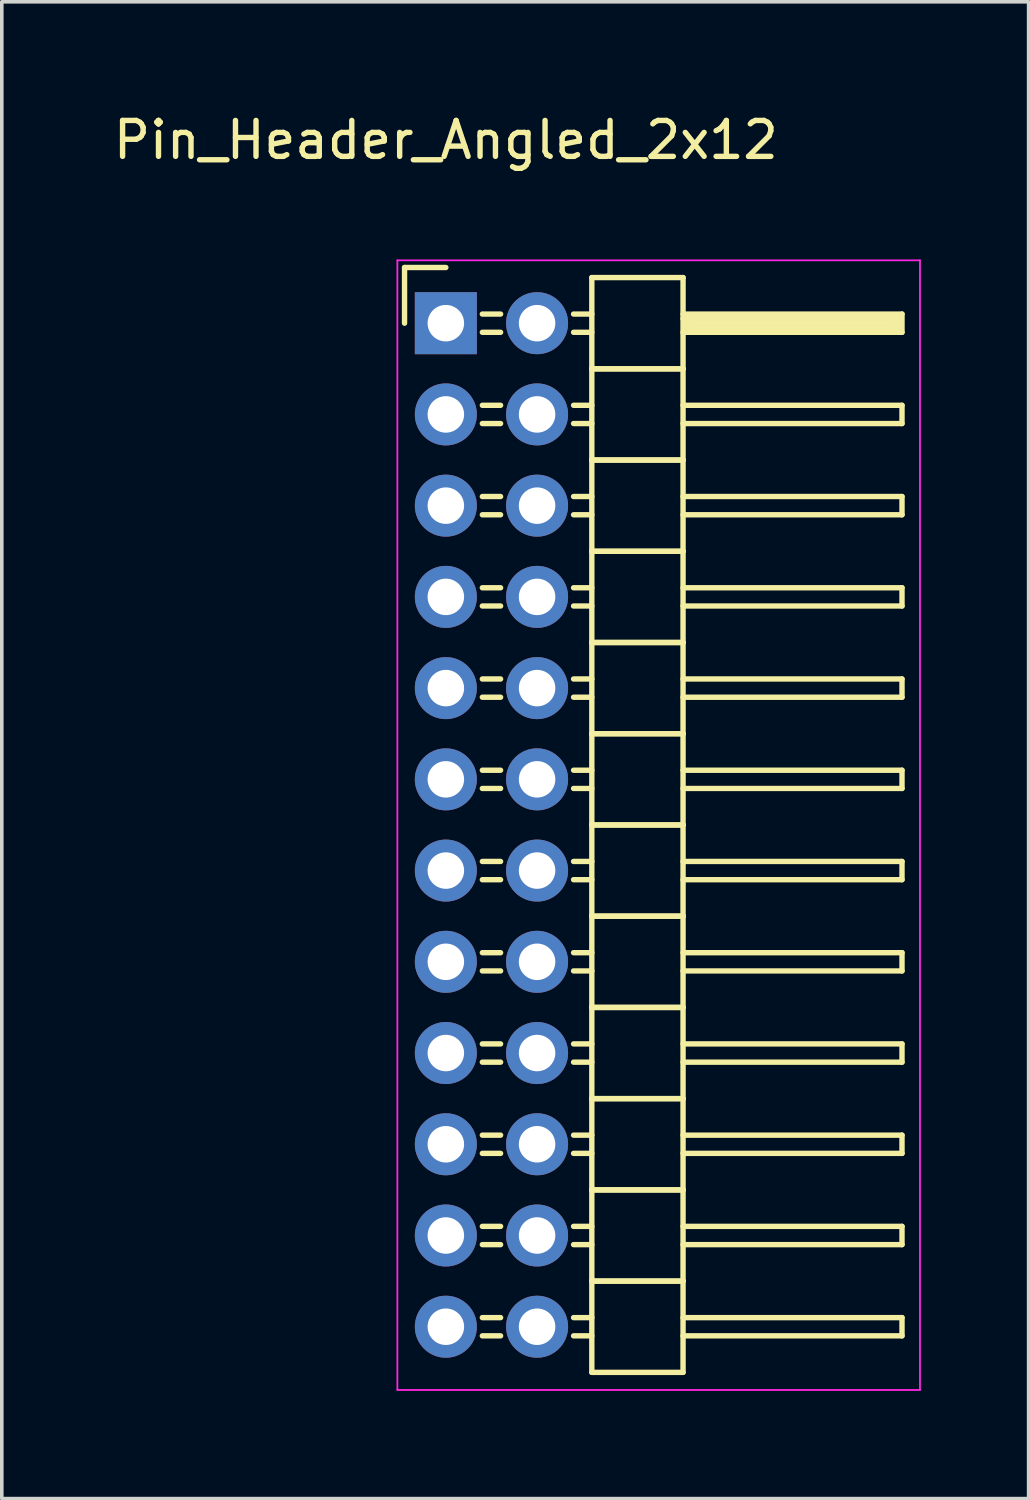
<source format=kicad_pcb>
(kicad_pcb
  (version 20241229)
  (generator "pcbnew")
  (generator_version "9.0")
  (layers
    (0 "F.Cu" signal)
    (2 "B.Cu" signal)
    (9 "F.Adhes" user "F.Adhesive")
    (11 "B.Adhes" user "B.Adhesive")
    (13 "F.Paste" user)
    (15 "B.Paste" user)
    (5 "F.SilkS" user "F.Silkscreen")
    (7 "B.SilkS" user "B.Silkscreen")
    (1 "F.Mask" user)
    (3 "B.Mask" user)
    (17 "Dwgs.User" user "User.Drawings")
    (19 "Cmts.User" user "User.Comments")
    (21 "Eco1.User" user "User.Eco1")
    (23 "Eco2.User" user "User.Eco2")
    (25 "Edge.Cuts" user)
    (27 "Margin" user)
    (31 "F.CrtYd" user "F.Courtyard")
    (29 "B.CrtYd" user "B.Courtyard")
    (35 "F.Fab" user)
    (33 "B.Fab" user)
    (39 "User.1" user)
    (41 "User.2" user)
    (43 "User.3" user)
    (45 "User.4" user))
  (footprint "Pin_Header_Angled_2x12"
    (layer "F.Cu")
    (at 9.363 5.948)
    (property "Reference" "Pin_Header_Angled_2x12" (at 0 -5.1 0) (layer "F.SilkS") (effects (font (size 1 1) (thickness 0.15))))
    (attr through_hole)
    (fp_line (start -1.15 -1.55) (end -1.15 0) (stroke (width 0.15) (type solid)) (layer "F.SilkS"))
    (fp_line (start 0 -1.55) (end -1.15 -1.55) (stroke (width 0.15) (type solid)) (layer "F.SilkS"))
    (fp_line (start 1.524 -0.254) (end 1.016 -0.254) (stroke (width 0.15) (type solid)) (layer "F.SilkS"))
    (fp_line (start 1.524 0.254) (end 1.016 0.254) (stroke (width 0.15) (type solid)) (layer "F.SilkS"))
    (fp_line (start 1.524 2.286) (end 1.016 2.286) (stroke (width 0.15) (type solid)) (layer "F.SilkS"))
    (fp_line (start 1.524 2.794) (end 1.016 2.794) (stroke (width 0.15) (type solid)) (layer "F.SilkS"))
    (fp_line (start 1.524 4.826) (end 1.016 4.826) (stroke (width 0.15) (type solid)) (layer "F.SilkS"))
    (fp_line (start 1.524 5.334) (end 1.016 5.334) (stroke (width 0.15) (type solid)) (layer "F.SilkS"))
    (fp_line (start 1.524 7.366) (end 1.016 7.366) (stroke (width 0.15) (type solid)) (layer "F.SilkS"))
    (fp_line (start 1.524 7.874) (end 1.016 7.874) (stroke (width 0.15) (type solid)) (layer "F.SilkS"))
    (fp_line (start 1.524 9.906) (end 1.016 9.906) (stroke (width 0.15) (type solid)) (layer "F.SilkS"))
    (fp_line (start 1.524 10.414) (end 1.016 10.414) (stroke (width 0.15) (type solid)) (layer "F.SilkS"))
    (fp_line (start 1.524 12.446) (end 1.016 12.446) (stroke (width 0.15) (type solid)) (layer "F.SilkS"))
    (fp_line (start 1.524 12.954) (end 1.016 12.954) (stroke (width 0.15) (type solid)) (layer "F.SilkS"))
    (fp_line (start 1.524 14.986) (end 1.016 14.986) (stroke (width 0.15) (type solid)) (layer "F.SilkS"))
    (fp_line (start 1.524 15.494) (end 1.016 15.494) (stroke (width 0.15) (type solid)) (layer "F.SilkS"))
    (fp_line (start 1.524 17.526) (end 1.016 17.526) (stroke (width 0.15) (type solid)) (layer "F.SilkS"))
    (fp_line (start 1.524 18.034) (end 1.016 18.034) (stroke (width 0.15) (type solid)) (layer "F.SilkS"))
    (fp_line (start 1.524 20.066) (end 1.016 20.066) (stroke (width 0.15) (type solid)) (layer "F.SilkS"))
    (fp_line (start 1.524 20.574) (end 1.016 20.574) (stroke (width 0.15) (type solid)) (layer "F.SilkS"))
    (fp_line (start 1.524 22.606) (end 1.016 22.606) (stroke (width 0.15) (type solid)) (layer "F.SilkS"))
    (fp_line (start 1.524 23.114) (end 1.016 23.114) (stroke (width 0.15) (type solid)) (layer "F.SilkS"))
    (fp_line (start 1.524 25.146) (end 1.016 25.146) (stroke (width 0.15) (type solid)) (layer "F.SilkS"))
    (fp_line (start 1.524 25.654) (end 1.016 25.654) (stroke (width 0.15) (type solid)) (layer "F.SilkS"))
    (fp_line (start 1.524 27.686) (end 1.016 27.686) (stroke (width 0.15) (type solid)) (layer "F.SilkS"))
    (fp_line (start 1.524 28.194) (end 1.016 28.194) (stroke (width 0.15) (type solid)) (layer "F.SilkS"))
    (fp_line (start 4.064 -1.27) (end 4.064 1.27) (stroke (width 0.15) (type solid)) (layer "F.SilkS"))
    (fp_line (start 4.064 -1.27) (end 6.604 -1.27) (stroke (width 0.15) (type solid)) (layer "F.SilkS"))
    (fp_line (start 4.064 -0.254) (end 3.556 -0.254) (stroke (width 0.15) (type solid)) (layer "F.SilkS"))
    (fp_line (start 4.064 0.254) (end 3.556 0.254) (stroke (width 0.15) (type solid)) (layer "F.SilkS"))
    (fp_line (start 4.064 1.27) (end 4.064 3.81) (stroke (width 0.15) (type solid)) (layer "F.SilkS"))
    (fp_line (start 4.064 1.27) (end 6.604 1.27) (stroke (width 0.15) (type solid)) (layer "F.SilkS"))
    (fp_line (start 4.064 1.27) (end 6.604 1.27) (stroke (width 0.15) (type solid)) (layer "F.SilkS"))
    (fp_line (start 4.064 2.286) (end 3.556 2.286) (stroke (width 0.15) (type solid)) (layer "F.SilkS"))
    (fp_line (start 4.064 2.794) (end 3.556 2.794) (stroke (width 0.15) (type solid)) (layer "F.SilkS"))
    (fp_line (start 4.064 3.81) (end 4.064 6.35) (stroke (width 0.15) (type solid)) (layer "F.SilkS"))
    (fp_line (start 4.064 3.81) (end 6.604 3.81) (stroke (width 0.15) (type solid)) (layer "F.SilkS"))
    (fp_line (start 4.064 3.81) (end 6.604 3.81) (stroke (width 0.15) (type solid)) (layer "F.SilkS"))
    (fp_line (start 4.064 4.826) (end 3.556 4.826) (stroke (width 0.15) (type solid)) (layer "F.SilkS"))
    (fp_line (start 4.064 5.334) (end 3.556 5.334) (stroke (width 0.15) (type solid)) (layer "F.SilkS"))
    (fp_line (start 4.064 6.35) (end 4.064 8.89) (stroke (width 0.15) (type solid)) (layer "F.SilkS"))
    (fp_line (start 4.064 6.35) (end 6.604 6.35) (stroke (width 0.15) (type solid)) (layer "F.SilkS"))
    (fp_line (start 4.064 6.35) (end 6.604 6.35) (stroke (width 0.15) (type solid)) (layer "F.SilkS"))
    (fp_line (start 4.064 7.366) (end 3.556 7.366) (stroke (width 0.15) (type solid)) (layer "F.SilkS"))
    (fp_line (start 4.064 7.874) (end 3.556 7.874) (stroke (width 0.15) (type solid)) (layer "F.SilkS"))
    (fp_line (start 4.064 8.89) (end 4.064 11.43) (stroke (width 0.15) (type solid)) (layer "F.SilkS"))
    (fp_line (start 4.064 8.89) (end 6.604 8.89) (stroke (width 0.15) (type solid)) (layer "F.SilkS"))
    (fp_line (start 4.064 8.89) (end 6.604 8.89) (stroke (width 0.15) (type solid)) (layer "F.SilkS"))
    (fp_line (start 4.064 9.906) (end 3.556 9.906) (stroke (width 0.15) (type solid)) (layer "F.SilkS"))
    (fp_line (start 4.064 10.414) (end 3.556 10.414) (stroke (width 0.15) (type solid)) (layer "F.SilkS"))
    (fp_line (start 4.064 11.43) (end 4.064 13.97) (stroke (width 0.15) (type solid)) (layer "F.SilkS"))
    (fp_line (start 4.064 11.43) (end 6.604 11.43) (stroke (width 0.15) (type solid)) (layer "F.SilkS"))
    (fp_line (start 4.064 11.43) (end 6.604 11.43) (stroke (width 0.15) (type solid)) (layer "F.SilkS"))
    (fp_line (start 4.064 12.446) (end 3.556 12.446) (stroke (width 0.15) (type solid)) (layer "F.SilkS"))
    (fp_line (start 4.064 12.954) (end 3.556 12.954) (stroke (width 0.15) (type solid)) (layer "F.SilkS"))
    (fp_line (start 4.064 13.97) (end 4.064 16.51) (stroke (width 0.15) (type solid)) (layer "F.SilkS"))
    (fp_line (start 4.064 13.97) (end 6.604 13.97) (stroke (width 0.15) (type solid)) (layer "F.SilkS"))
    (fp_line (start 4.064 13.97) (end 6.604 13.97) (stroke (width 0.15) (type solid)) (layer "F.SilkS"))
    (fp_line (start 4.064 14.986) (end 3.556 14.986) (stroke (width 0.15) (type solid)) (layer "F.SilkS"))
    (fp_line (start 4.064 15.494) (end 3.556 15.494) (stroke (width 0.15) (type solid)) (layer "F.SilkS"))
    (fp_line (start 4.064 16.51) (end 4.064 19.05) (stroke (width 0.15) (type solid)) (layer "F.SilkS"))
    (fp_line (start 4.064 16.51) (end 6.604 16.51) (stroke (width 0.15) (type solid)) (layer "F.SilkS"))
    (fp_line (start 4.064 16.51) (end 6.604 16.51) (stroke (width 0.15) (type solid)) (layer "F.SilkS"))
    (fp_line (start 4.064 17.526) (end 3.556 17.526) (stroke (width 0.15) (type solid)) (layer "F.SilkS"))
    (fp_line (start 4.064 18.034) (end 3.556 18.034) (stroke (width 0.15) (type solid)) (layer "F.SilkS"))
    (fp_line (start 4.064 19.05) (end 4.064 21.59) (stroke (width 0.15) (type solid)) (layer "F.SilkS"))
    (fp_line (start 4.064 19.05) (end 6.604 19.05) (stroke (width 0.15) (type solid)) (layer "F.SilkS"))
    (fp_line (start 4.064 19.05) (end 6.604 19.05) (stroke (width 0.15) (type solid)) (layer "F.SilkS"))
    (fp_line (start 4.064 20.066) (end 3.556 20.066) (stroke (width 0.15) (type solid)) (layer "F.SilkS"))
    (fp_line (start 4.064 20.574) (end 3.556 20.574) (stroke (width 0.15) (type solid)) (layer "F.SilkS"))
    (fp_line (start 4.064 21.59) (end 4.064 24.13) (stroke (width 0.15) (type solid)) (layer "F.SilkS"))
    (fp_line (start 4.064 21.59) (end 6.604 21.59) (stroke (width 0.15) (type solid)) (layer "F.SilkS"))
    (fp_line (start 4.064 21.59) (end 6.604 21.59) (stroke (width 0.15) (type solid)) (layer "F.SilkS"))
    (fp_line (start 4.064 22.606) (end 3.556 22.606) (stroke (width 0.15) (type solid)) (layer "F.SilkS"))
    (fp_line (start 4.064 23.114) (end 3.556 23.114) (stroke (width 0.15) (type solid)) (layer "F.SilkS"))
    (fp_line (start 4.064 24.13) (end 4.064 26.67) (stroke (width 0.15) (type solid)) (layer "F.SilkS"))
    (fp_line (start 4.064 24.13) (end 6.604 24.13) (stroke (width 0.15) (type solid)) (layer "F.SilkS"))
    (fp_line (start 4.064 24.13) (end 6.604 24.13) (stroke (width 0.15) (type solid)) (layer "F.SilkS"))
    (fp_line (start 4.064 25.146) (end 3.556 25.146) (stroke (width 0.15) (type solid)) (layer "F.SilkS"))
    (fp_line (start 4.064 25.654) (end 3.556 25.654) (stroke (width 0.15) (type solid)) (layer "F.SilkS"))
    (fp_line (start 4.064 26.67) (end 4.064 29.21) (stroke (width 0.15) (type solid)) (layer "F.SilkS"))
    (fp_line (start 4.064 26.67) (end 6.604 26.67) (stroke (width 0.15) (type solid)) (layer "F.SilkS"))
    (fp_line (start 4.064 26.67) (end 6.604 26.67) (stroke (width 0.15) (type solid)) (layer "F.SilkS"))
    (fp_line (start 4.064 27.686) (end 3.556 27.686) (stroke (width 0.15) (type solid)) (layer "F.SilkS"))
    (fp_line (start 4.064 28.194) (end 3.556 28.194) (stroke (width 0.15) (type solid)) (layer "F.SilkS"))
    (fp_line (start 4.064 29.21) (end 6.604 29.21) (stroke (width 0.15) (type solid)) (layer "F.SilkS"))
    (fp_line (start 6.604 -0.254) (end 12.7 -0.254) (stroke (width 0.15) (type solid)) (layer "F.SilkS"))
    (fp_line (start 6.604 -0.127) (end 12.573 -0.127) (stroke (width 0.15) (type solid)) (layer "F.SilkS"))
    (fp_line (start 6.604 1.27) (end 6.604 -1.27) (stroke (width 0.15) (type solid)) (layer "F.SilkS"))
    (fp_line (start 6.604 2.286) (end 12.7 2.286) (stroke (width 0.15) (type solid)) (layer "F.SilkS"))
    (fp_line (start 6.604 3.81) (end 6.604 1.27) (stroke (width 0.15) (type solid)) (layer "F.SilkS"))
    (fp_line (start 6.604 4.826) (end 12.7 4.826) (stroke (width 0.15) (type solid)) (layer "F.SilkS"))
    (fp_line (start 6.604 6.35) (end 6.604 3.81) (stroke (width 0.15) (type solid)) (layer "F.SilkS"))
    (fp_line (start 6.604 7.366) (end 12.7 7.366) (stroke (width 0.15) (type solid)) (layer "F.SilkS"))
    (fp_line (start 6.604 8.89) (end 6.604 6.35) (stroke (width 0.15) (type solid)) (layer "F.SilkS"))
    (fp_line (start 6.604 9.906) (end 12.7 9.906) (stroke (width 0.15) (type solid)) (layer "F.SilkS"))
    (fp_line (start 6.604 11.43) (end 6.604 8.89) (stroke (width 0.15) (type solid)) (layer "F.SilkS"))
    (fp_line (start 6.604 12.446) (end 12.7 12.446) (stroke (width 0.15) (type solid)) (layer "F.SilkS"))
    (fp_line (start 6.604 13.97) (end 6.604 11.43) (stroke (width 0.15) (type solid)) (layer "F.SilkS"))
    (fp_line (start 6.604 14.986) (end 12.7 14.986) (stroke (width 0.15) (type solid)) (layer "F.SilkS"))
    (fp_line (start 6.604 16.51) (end 6.604 13.97) (stroke (width 0.15) (type solid)) (layer "F.SilkS"))
    (fp_line (start 6.604 17.526) (end 12.7 17.526) (stroke (width 0.15) (type solid)) (layer "F.SilkS"))
    (fp_line (start 6.604 19.05) (end 6.604 16.51) (stroke (width 0.15) (type solid)) (layer "F.SilkS"))
    (fp_line (start 6.604 20.066) (end 12.7 20.066) (stroke (width 0.15) (type solid)) (layer "F.SilkS"))
    (fp_line (start 6.604 21.59) (end 6.604 19.05) (stroke (width 0.15) (type solid)) (layer "F.SilkS"))
    (fp_line (start 6.604 22.606) (end 12.7 22.606) (stroke (width 0.15) (type solid)) (layer "F.SilkS"))
    (fp_line (start 6.604 24.13) (end 6.604 21.59) (stroke (width 0.15) (type solid)) (layer "F.SilkS"))
    (fp_line (start 6.604 25.146) (end 12.7 25.146) (stroke (width 0.15) (type solid)) (layer "F.SilkS"))
    (fp_line (start 6.604 26.67) (end 6.604 24.13) (stroke (width 0.15) (type solid)) (layer "F.SilkS"))
    (fp_line (start 6.604 27.686) (end 12.7 27.686) (stroke (width 0.15) (type solid)) (layer "F.SilkS"))
    (fp_line (start 6.604 29.21) (end 6.604 26.67) (stroke (width 0.15) (type solid)) (layer "F.SilkS"))
    (fp_line (start 6.731 0) (end 12.573 0) (stroke (width 0.15) (type solid)) (layer "F.SilkS"))
    (fp_line (start 6.731 0.127) (end 6.731 0) (stroke (width 0.15) (type solid)) (layer "F.SilkS"))
    (fp_line (start 12.573 -0.127) (end 12.573 0.127) (stroke (width 0.15) (type solid)) (layer "F.SilkS"))
    (fp_line (start 12.573 0.127) (end 6.731 0.127) (stroke (width 0.15) (type solid)) (layer "F.SilkS"))
    (fp_line (start 12.7 -0.254) (end 12.7 0.254) (stroke (width 0.15) (type solid)) (layer "F.SilkS"))
    (fp_line (start 12.7 0.254) (end 6.604 0.254) (stroke (width 0.15) (type solid)) (layer "F.SilkS"))
    (fp_line (start 12.7 2.286) (end 12.7 2.794) (stroke (width 0.15) (type solid)) (layer "F.SilkS"))
    (fp_line (start 12.7 2.794) (end 6.604 2.794) (stroke (width 0.15) (type solid)) (layer "F.SilkS"))
    (fp_line (start 12.7 4.826) (end 12.7 5.334) (stroke (width 0.15) (type solid)) (layer "F.SilkS"))
    (fp_line (start 12.7 5.334) (end 6.604 5.334) (stroke (width 0.15) (type solid)) (layer "F.SilkS"))
    (fp_line (start 12.7 7.366) (end 12.7 7.874) (stroke (width 0.15) (type solid)) (layer "F.SilkS"))
    (fp_line (start 12.7 7.874) (end 6.604 7.874) (stroke (width 0.15) (type solid)) (layer "F.SilkS"))
    (fp_line (start 12.7 9.906) (end 12.7 10.414) (stroke (width 0.15) (type solid)) (layer "F.SilkS"))
    (fp_line (start 12.7 10.414) (end 6.604 10.414) (stroke (width 0.15) (type solid)) (layer "F.SilkS"))
    (fp_line (start 12.7 12.446) (end 12.7 12.954) (stroke (width 0.15) (type solid)) (layer "F.SilkS"))
    (fp_line (start 12.7 12.954) (end 6.604 12.954) (stroke (width 0.15) (type solid)) (layer "F.SilkS"))
    (fp_line (start 12.7 14.986) (end 12.7 15.494) (stroke (width 0.15) (type solid)) (layer "F.SilkS"))
    (fp_line (start 12.7 15.494) (end 6.604 15.494) (stroke (width 0.15) (type solid)) (layer "F.SilkS"))
    (fp_line (start 12.7 17.526) (end 12.7 18.034) (stroke (width 0.15) (type solid)) (layer "F.SilkS"))
    (fp_line (start 12.7 18.034) (end 6.604 18.034) (stroke (width 0.15) (type solid)) (layer "F.SilkS"))
    (fp_line (start 12.7 20.066) (end 12.7 20.574) (stroke (width 0.15) (type solid)) (layer "F.SilkS"))
    (fp_line (start 12.7 20.574) (end 6.604 20.574) (stroke (width 0.15) (type solid)) (layer "F.SilkS"))
    (fp_line (start 12.7 22.606) (end 12.7 23.114) (stroke (width 0.15) (type solid)) (layer "F.SilkS"))
    (fp_line (start 12.7 23.114) (end 6.604 23.114) (stroke (width 0.15) (type solid)) (layer "F.SilkS"))
    (fp_line (start 12.7 25.146) (end 12.7 25.654) (stroke (width 0.15) (type solid)) (layer "F.SilkS"))
    (fp_line (start 12.7 25.654) (end 6.604 25.654) (stroke (width 0.15) (type solid)) (layer "F.SilkS"))
    (fp_line (start 12.7 27.686) (end 12.7 28.194) (stroke (width 0.15) (type solid)) (layer "F.SilkS"))
    (fp_line (start 12.7 28.194) (end 6.604 28.194) (stroke (width 0.15) (type solid)) (layer "F.SilkS"))
    (fp_line (start -1.35 -1.75) (end -1.35 29.7) (stroke (width 0.05) (type solid)) (layer "F.CrtYd"))
    (fp_line (start -1.35 -1.75) (end 13.2 -1.75) (stroke (width 0.05) (type solid)) (layer "F.CrtYd"))
    (fp_line (start -1.35 29.7) (end 13.2 29.7) (stroke (width 0.05) (type solid)) (layer "F.CrtYd"))
    (fp_line (start 13.2 -1.75) (end 13.2 29.7) (stroke (width 0.05) (type solid)) (layer "F.CrtYd"))
    (pad "1" thru_hole rect (at 0 0) (size 1.727 1.727) (drill 1.016) (layers "*.Cu" "*.Mask"))
    (pad "2" thru_hole oval (at 2.54 0) (size 1.727 1.727) (drill 1.016) (layers "*.Cu" "*.Mask"))
    (pad "3" thru_hole oval (at 0 2.54) (size 1.727 1.727) (drill 1.016) (layers "*.Cu" "*.Mask"))
    (pad "4" thru_hole oval (at 2.54 2.54) (size 1.727 1.727) (drill 1.016) (layers "*.Cu" "*.Mask"))
    (pad "5" thru_hole oval (at 0 5.08) (size 1.727 1.727) (drill 1.016) (layers "*.Cu" "*.Mask"))
    (pad "6" thru_hole oval (at 2.54 5.08) (size 1.727 1.727) (drill 1.016) (layers "*.Cu" "*.Mask"))
    (pad "7" thru_hole oval (at 0 7.62) (size 1.727 1.727) (drill 1.016) (layers "*.Cu" "*.Mask"))
    (pad "8" thru_hole oval (at 2.54 7.62) (size 1.727 1.727) (drill 1.016) (layers "*.Cu" "*.Mask"))
    (pad "9" thru_hole oval (at 0 10.16) (size 1.727 1.727) (drill 1.016) (layers "*.Cu" "*.Mask"))
    (pad "10" thru_hole oval (at 2.54 10.16) (size 1.727 1.727) (drill 1.016) (layers "*.Cu" "*.Mask"))
    (pad "11" thru_hole oval (at 0 12.7) (size 1.727 1.727) (drill 1.016) (layers "*.Cu" "*.Mask"))
    (pad "12" thru_hole oval (at 2.54 12.7) (size 1.727 1.727) (drill 1.016) (layers "*.Cu" "*.Mask"))
    (pad "13" thru_hole oval (at 0 15.24) (size 1.727 1.727) (drill 1.016) (layers "*.Cu" "*.Mask"))
    (pad "14" thru_hole oval (at 2.54 15.24) (size 1.727 1.727) (drill 1.016) (layers "*.Cu" "*.Mask"))
    (pad "15" thru_hole oval (at 0 17.78) (size 1.727 1.727) (drill 1.016) (layers "*.Cu" "*.Mask"))
    (pad "16" thru_hole oval (at 2.54 17.78) (size 1.727 1.727) (drill 1.016) (layers "*.Cu" "*.Mask"))
    (pad "17" thru_hole oval (at 0 20.32) (size 1.727 1.727) (drill 1.016) (layers "*.Cu" "*.Mask"))
    (pad "18" thru_hole oval (at 2.54 20.32) (size 1.727 1.727) (drill 1.016) (layers "*.Cu" "*.Mask"))
    (pad "19" thru_hole oval (at 0 22.86) (size 1.727 1.727) (drill 1.016) (layers "*.Cu" "*.Mask"))
    (pad "20" thru_hole oval (at 2.54 22.86) (size 1.727 1.727) (drill 1.016) (layers "*.Cu" "*.Mask"))
    (pad "21" thru_hole oval (at 0 25.4) (size 1.727 1.727) (drill 1.016) (layers "*.Cu" "*.Mask"))
    (pad "22" thru_hole oval (at 2.54 25.4) (size 1.727 1.727) (drill 1.016) (layers "*.Cu" "*.Mask"))
    (pad "23" thru_hole oval (at 0 27.94) (size 1.727 1.727) (drill 1.016) (layers "*.Cu" "*.Mask"))
    (pad "24" thru_hole oval (at 2.54 27.94) (size 1.727 1.727) (drill 1.016) (layers "*.Cu" "*.Mask")))
  (gr_rect
    (start -3 -3)
    (end 25.588 38.673)
    (stroke (width 0.1) (type default))
    (fill no)
    (layer "Edge.Cuts")))
</source>
